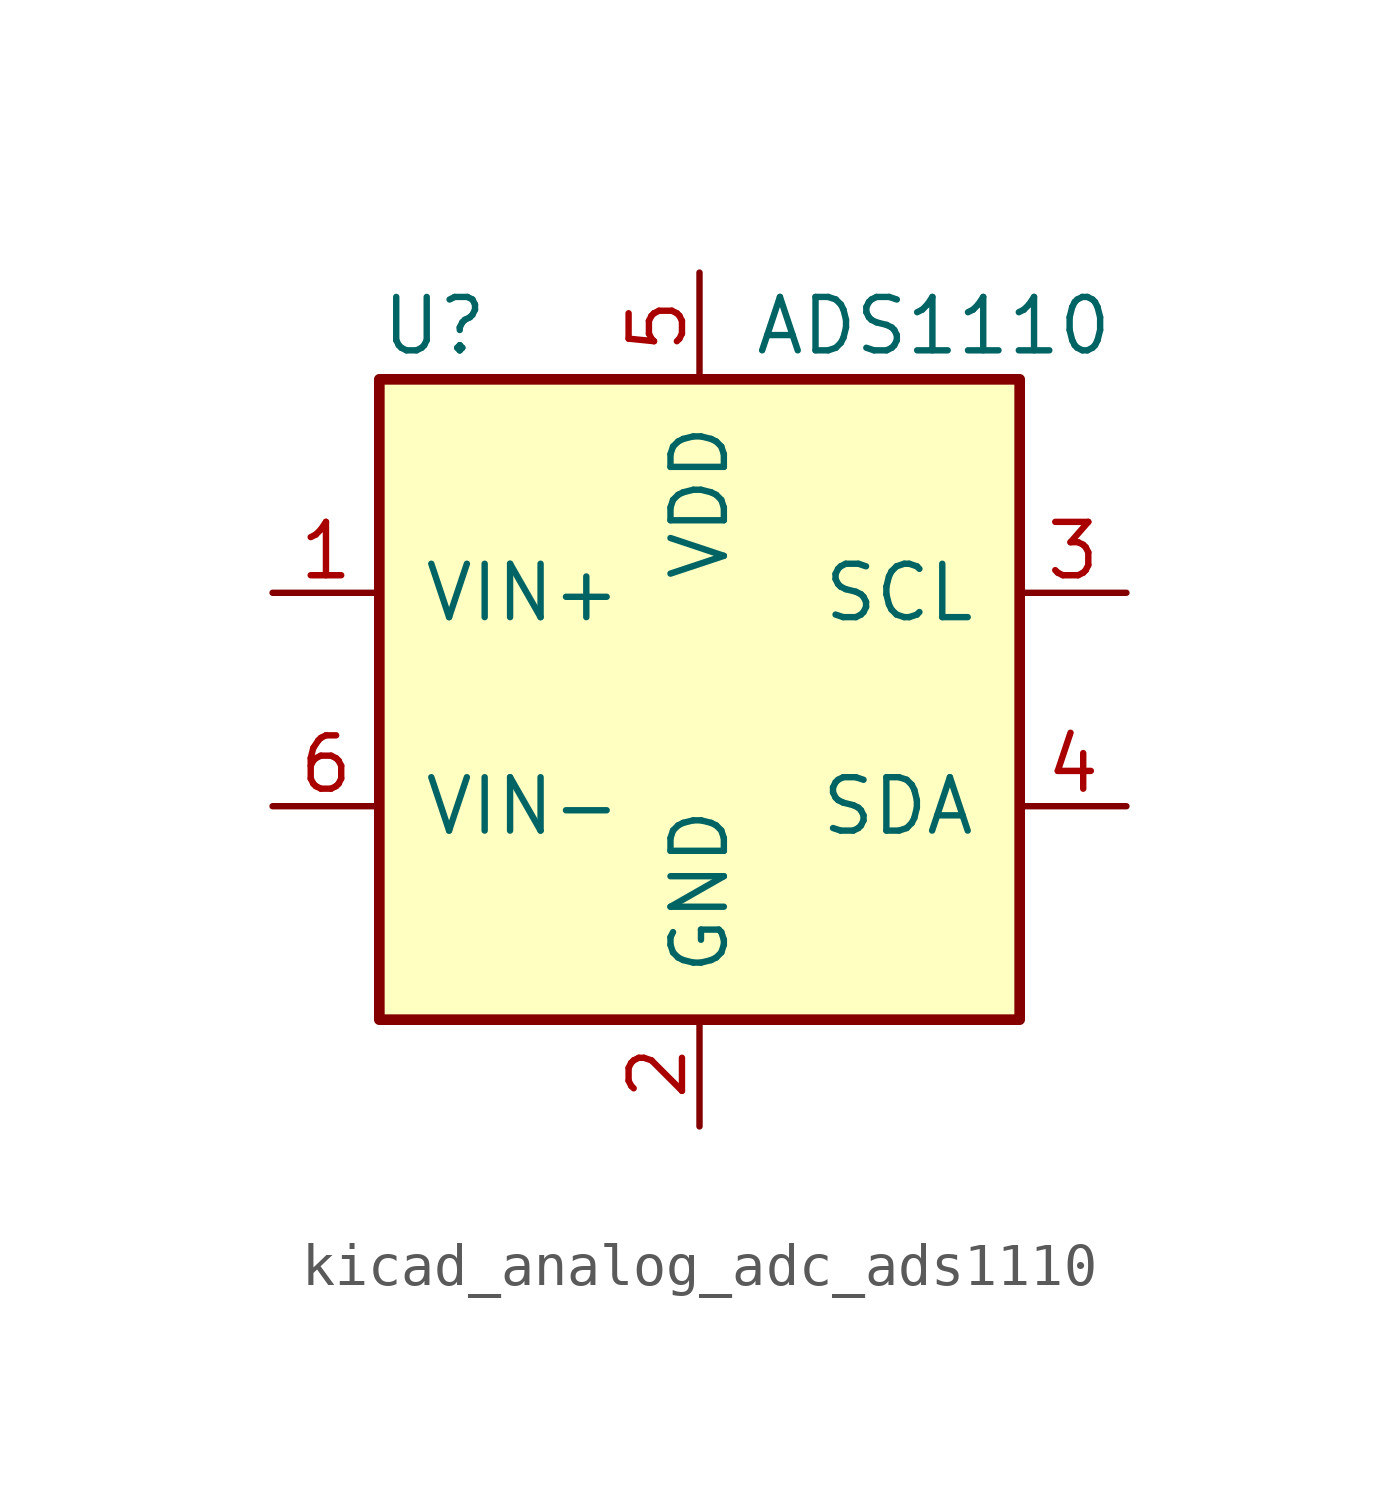
<source format=kicad_sym>
(kicad_symbol_lib
  (version 20220914)
  (generator kicad_symbol_editor)
  (symbol "kicad_analog_adc_ads1110"
    (pin_names
      (offset 1.016))
    (property "Reference" "U"
      (at -7.62 8.89 0)
      (effects (font (size 1.27 1.27)) (justify left)))
    (property "Value" "ADS1110"
      (at 1.27 8.89 0)
      (effects (font (size 1.27 1.27)) (justify left)))
    (symbol "kicad_analog_adc_ads1110_0_1"
      (rectangle (start -7.62 7.62) (end 7.62 -7.62) (stroke (width 0.254) (type default)) (fill (type background))))
    (symbol "kicad_analog_adc_ads1110_1_1"
      (pin input line (at -10.16 2.54 0) (length 2.54) (name "VIN+" (effects (font (size 1.27 1.27)))) (number "1" (effects (font (size 1.27 1.27)))))
      (pin power_in line (at 0 -10.16 90) (length 2.54) (name "GND" (effects (font (size 1.27 1.27)))) (number "2" (effects (font (size 1.27 1.27)))))
      (pin input line (at 10.16 2.54 180) (length 2.54) (name "SCL" (effects (font (size 1.27 1.27)))) (number "3" (effects (font (size 1.27 1.27)))))
      (pin bidirectional line (at 10.16 -2.54 180) (length 2.54) (name "SDA" (effects (font (size 1.27 1.27)))) (number "4" (effects (font (size 1.27 1.27)))))
      (pin power_in line (at 0 10.16 270) (length 2.54) (name "VDD" (effects (font (size 1.27 1.27)))) (number "5" (effects (font (size 1.27 1.27)))))
      (pin input line (at -10.16 -2.54 0) (length 2.54) (name "VIN-" (effects (font (size 1.27 1.27)))) (number "6" (effects (font (size 1.27 1.27))))))))
</source>
